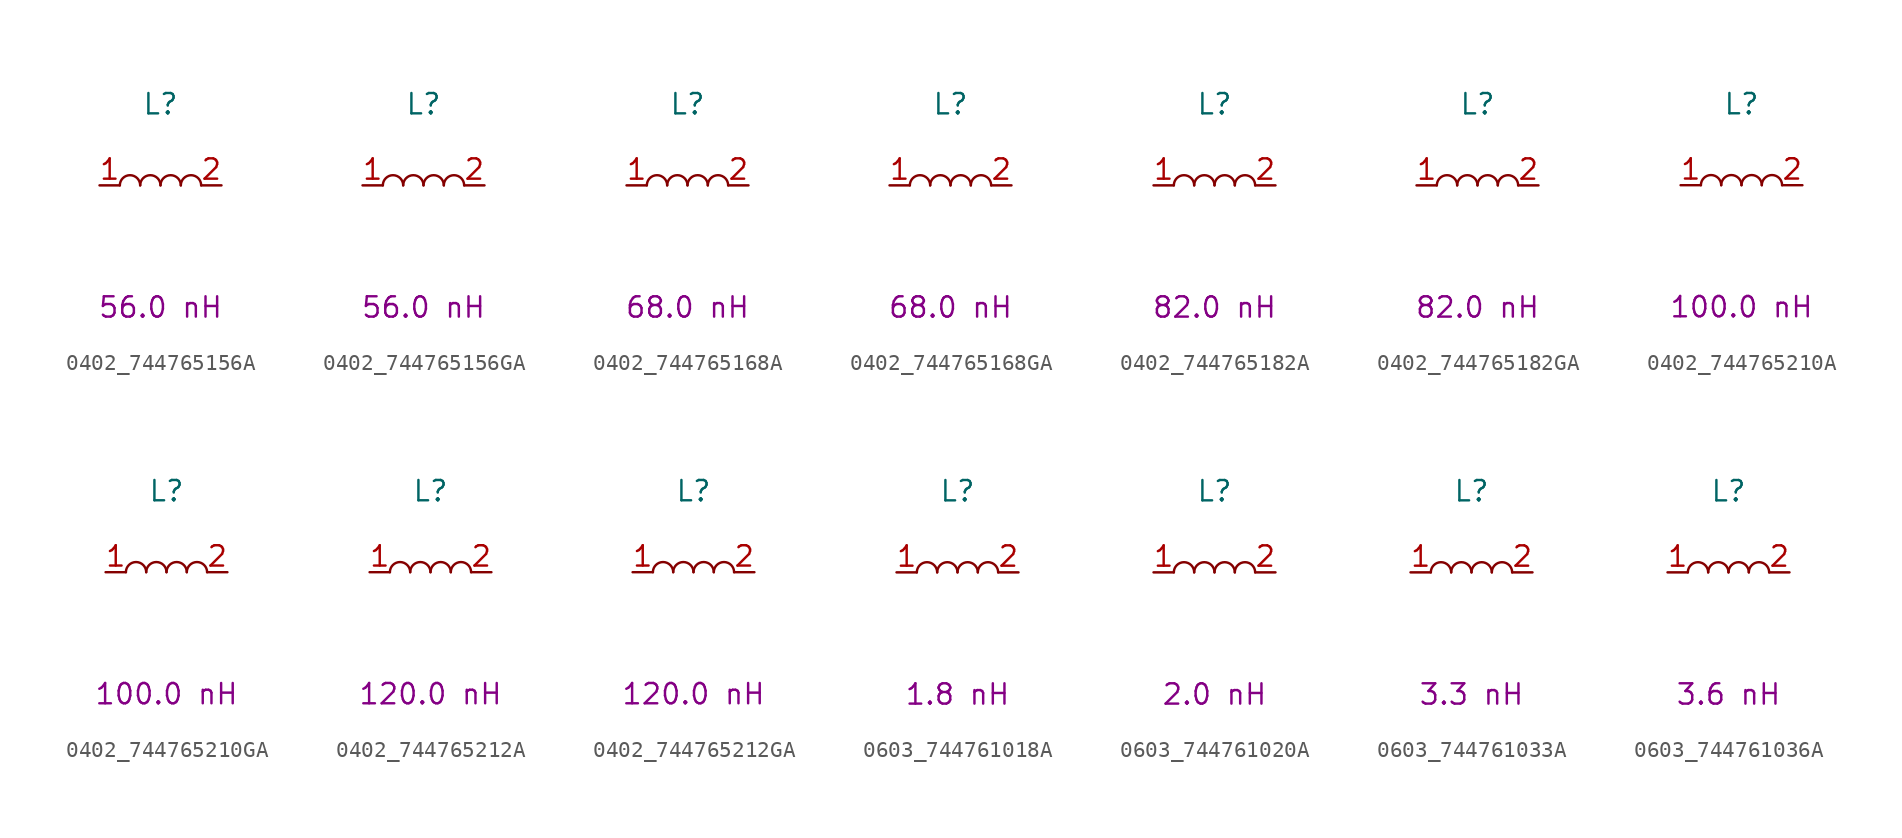
<source format=kicad_sym>
(kicad_symbol_lib
  (version 20220914)
  (generator kicad_symbol_editor)
  (symbol "0402_744765156A"
    (pin_names hide)
    (property "Reference" "L"
      (at 0 5.08 0)
      (effects (font (size 1.27 1.27))))
    (property "Critical Parameter" "56.0 nH"
      (at 0 -7.62 0)
      (effects (font (size 1.27 1.27))))
    (symbol "0402_744765156A_0_1"
      (arc (start -1.27 0) (mid -1.905 0.6323) (end -2.54 0) (stroke (width 0) (type default)) (fill (type none)))
      (arc (start 0 0) (mid -0.635 0.6323) (end -1.27 0) (stroke (width 0) (type default)) (fill (type none)))
      (arc (start 1.27 0) (mid 0.635 0.6323) (end 0 0) (stroke (width 0) (type default)) (fill (type none)))
      (arc (start 2.54 0) (mid 1.905 0.6323) (end 1.27 0) (stroke (width 0) (type default)) (fill (type none))))
    (symbol "0402_744765156A_1_1"
      (pin passive line (at -3.81 0 0) (length 1.27) (name "1" (effects (font (size 1.27 1.27)))) (number "1" (effects (font (size 1.27 1.27)))))
      (pin passive line (at 3.81 0 180) (length 1.27) (name "2" (effects (font (size 1.27 1.27)))) (number "2" (effects (font (size 1.27 1.27)))))))
  (symbol "0402_744765156GA"
    (pin_names hide)
    (property "Reference" "L"
      (at 0 5.08 0)
      (effects (font (size 1.27 1.27))))
    (property "Critical Parameter" "56.0 nH"
      (at 0 -7.62 0)
      (effects (font (size 1.27 1.27))))
    (symbol "0402_744765156GA_0_1"
      (arc (start -1.27 0) (mid -1.905 0.6323) (end -2.54 0) (stroke (width 0) (type default)) (fill (type none)))
      (arc (start 0 0) (mid -0.635 0.6323) (end -1.27 0) (stroke (width 0) (type default)) (fill (type none)))
      (arc (start 1.27 0) (mid 0.635 0.6323) (end 0 0) (stroke (width 0) (type default)) (fill (type none)))
      (arc (start 2.54 0) (mid 1.905 0.6323) (end 1.27 0) (stroke (width 0) (type default)) (fill (type none))))
    (symbol "0402_744765156GA_1_1"
      (pin passive line (at -3.81 0 0) (length 1.27) (name "1" (effects (font (size 1.27 1.27)))) (number "1" (effects (font (size 1.27 1.27)))))
      (pin passive line (at 3.81 0 180) (length 1.27) (name "2" (effects (font (size 1.27 1.27)))) (number "2" (effects (font (size 1.27 1.27)))))))
  (symbol "0402_744765168A"
    (pin_names hide)
    (property "Reference" "L"
      (at 0 5.08 0)
      (effects (font (size 1.27 1.27))))
    (property "Critical Parameter" "68.0 nH"
      (at 0 -7.62 0)
      (effects (font (size 1.27 1.27))))
    (symbol "0402_744765168A_0_1"
      (arc (start -1.27 0) (mid -1.905 0.6323) (end -2.54 0) (stroke (width 0) (type default)) (fill (type none)))
      (arc (start 0 0) (mid -0.635 0.6323) (end -1.27 0) (stroke (width 0) (type default)) (fill (type none)))
      (arc (start 1.27 0) (mid 0.635 0.6323) (end 0 0) (stroke (width 0) (type default)) (fill (type none)))
      (arc (start 2.54 0) (mid 1.905 0.6323) (end 1.27 0) (stroke (width 0) (type default)) (fill (type none))))
    (symbol "0402_744765168A_1_1"
      (pin passive line (at -3.81 0 0) (length 1.27) (name "1" (effects (font (size 1.27 1.27)))) (number "1" (effects (font (size 1.27 1.27)))))
      (pin passive line (at 3.81 0 180) (length 1.27) (name "2" (effects (font (size 1.27 1.27)))) (number "2" (effects (font (size 1.27 1.27)))))))
  (symbol "0402_744765168GA"
    (pin_names hide)
    (property "Reference" "L"
      (at 0 5.08 0)
      (effects (font (size 1.27 1.27))))
    (property "Critical Parameter" "68.0 nH"
      (at 0 -7.62 0)
      (effects (font (size 1.27 1.27))))
    (symbol "0402_744765168GA_0_1"
      (arc (start -1.27 0) (mid -1.905 0.6323) (end -2.54 0) (stroke (width 0) (type default)) (fill (type none)))
      (arc (start 0 0) (mid -0.635 0.6323) (end -1.27 0) (stroke (width 0) (type default)) (fill (type none)))
      (arc (start 1.27 0) (mid 0.635 0.6323) (end 0 0) (stroke (width 0) (type default)) (fill (type none)))
      (arc (start 2.54 0) (mid 1.905 0.6323) (end 1.27 0) (stroke (width 0) (type default)) (fill (type none))))
    (symbol "0402_744765168GA_1_1"
      (pin passive line (at -3.81 0 0) (length 1.27) (name "1" (effects (font (size 1.27 1.27)))) (number "1" (effects (font (size 1.27 1.27)))))
      (pin passive line (at 3.81 0 180) (length 1.27) (name "2" (effects (font (size 1.27 1.27)))) (number "2" (effects (font (size 1.27 1.27)))))))
  (symbol "0402_744765182A"
    (pin_names hide)
    (property "Reference" "L"
      (at 0 5.08 0)
      (effects (font (size 1.27 1.27))))
    (property "Critical Parameter" "82.0 nH"
      (at 0 -7.62 0)
      (effects (font (size 1.27 1.27))))
    (symbol "0402_744765182A_0_1"
      (arc (start -1.27 0) (mid -1.905 0.6323) (end -2.54 0) (stroke (width 0) (type default)) (fill (type none)))
      (arc (start 0 0) (mid -0.635 0.6323) (end -1.27 0) (stroke (width 0) (type default)) (fill (type none)))
      (arc (start 1.27 0) (mid 0.635 0.6323) (end 0 0) (stroke (width 0) (type default)) (fill (type none)))
      (arc (start 2.54 0) (mid 1.905 0.6323) (end 1.27 0) (stroke (width 0) (type default)) (fill (type none))))
    (symbol "0402_744765182A_1_1"
      (pin passive line (at -3.81 0 0) (length 1.27) (name "1" (effects (font (size 1.27 1.27)))) (number "1" (effects (font (size 1.27 1.27)))))
      (pin passive line (at 3.81 0 180) (length 1.27) (name "2" (effects (font (size 1.27 1.27)))) (number "2" (effects (font (size 1.27 1.27)))))))
  (symbol "0402_744765182GA"
    (pin_names hide)
    (property "Reference" "L"
      (at 0 5.08 0)
      (effects (font (size 1.27 1.27))))
    (property "Critical Parameter" "82.0 nH"
      (at 0 -7.62 0)
      (effects (font (size 1.27 1.27))))
    (symbol "0402_744765182GA_0_1"
      (arc (start -1.27 0) (mid -1.905 0.6323) (end -2.54 0) (stroke (width 0) (type default)) (fill (type none)))
      (arc (start 0 0) (mid -0.635 0.6323) (end -1.27 0) (stroke (width 0) (type default)) (fill (type none)))
      (arc (start 1.27 0) (mid 0.635 0.6323) (end 0 0) (stroke (width 0) (type default)) (fill (type none)))
      (arc (start 2.54 0) (mid 1.905 0.6323) (end 1.27 0) (stroke (width 0) (type default)) (fill (type none))))
    (symbol "0402_744765182GA_1_1"
      (pin passive line (at -3.81 0 0) (length 1.27) (name "1" (effects (font (size 1.27 1.27)))) (number "1" (effects (font (size 1.27 1.27)))))
      (pin passive line (at 3.81 0 180) (length 1.27) (name "2" (effects (font (size 1.27 1.27)))) (number "2" (effects (font (size 1.27 1.27)))))))
  (symbol "0402_744765210A"
    (pin_names hide)
    (property "Reference" "L"
      (at 0 5.08 0)
      (effects (font (size 1.27 1.27))))
    (property "Critical Parameter" "100.0 nH"
      (at 0 -7.62 0)
      (effects (font (size 1.27 1.27))))
    (symbol "0402_744765210A_0_1"
      (arc (start -1.27 0) (mid -1.905 0.6323) (end -2.54 0) (stroke (width 0) (type default)) (fill (type none)))
      (arc (start 0 0) (mid -0.635 0.6323) (end -1.27 0) (stroke (width 0) (type default)) (fill (type none)))
      (arc (start 1.27 0) (mid 0.635 0.6323) (end 0 0) (stroke (width 0) (type default)) (fill (type none)))
      (arc (start 2.54 0) (mid 1.905 0.6323) (end 1.27 0) (stroke (width 0) (type default)) (fill (type none))))
    (symbol "0402_744765210A_1_1"
      (pin passive line (at -3.81 0 0) (length 1.27) (name "1" (effects (font (size 1.27 1.27)))) (number "1" (effects (font (size 1.27 1.27)))))
      (pin passive line (at 3.81 0 180) (length 1.27) (name "2" (effects (font (size 1.27 1.27)))) (number "2" (effects (font (size 1.27 1.27)))))))
  (symbol "0402_744765210GA"
    (pin_names hide)
    (property "Reference" "L"
      (at 0 5.08 0)
      (effects (font (size 1.27 1.27))))
    (property "Critical Parameter" "100.0 nH"
      (at 0 -7.62 0)
      (effects (font (size 1.27 1.27))))
    (symbol "0402_744765210GA_0_1"
      (arc (start -1.27 0) (mid -1.905 0.6323) (end -2.54 0) (stroke (width 0) (type default)) (fill (type none)))
      (arc (start 0 0) (mid -0.635 0.6323) (end -1.27 0) (stroke (width 0) (type default)) (fill (type none)))
      (arc (start 1.27 0) (mid 0.635 0.6323) (end 0 0) (stroke (width 0) (type default)) (fill (type none)))
      (arc (start 2.54 0) (mid 1.905 0.6323) (end 1.27 0) (stroke (width 0) (type default)) (fill (type none))))
    (symbol "0402_744765210GA_1_1"
      (pin passive line (at -3.81 0 0) (length 1.27) (name "1" (effects (font (size 1.27 1.27)))) (number "1" (effects (font (size 1.27 1.27)))))
      (pin passive line (at 3.81 0 180) (length 1.27) (name "2" (effects (font (size 1.27 1.27)))) (number "2" (effects (font (size 1.27 1.27)))))))
  (symbol "0402_744765212A"
    (pin_names hide)
    (property "Reference" "L"
      (at 0 5.08 0)
      (effects (font (size 1.27 1.27))))
    (property "Critical Parameter" "120.0 nH"
      (at 0 -7.62 0)
      (effects (font (size 1.27 1.27))))
    (symbol "0402_744765212A_0_1"
      (arc (start -1.27 0) (mid -1.905 0.6323) (end -2.54 0) (stroke (width 0) (type default)) (fill (type none)))
      (arc (start 0 0) (mid -0.635 0.6323) (end -1.27 0) (stroke (width 0) (type default)) (fill (type none)))
      (arc (start 1.27 0) (mid 0.635 0.6323) (end 0 0) (stroke (width 0) (type default)) (fill (type none)))
      (arc (start 2.54 0) (mid 1.905 0.6323) (end 1.27 0) (stroke (width 0) (type default)) (fill (type none))))
    (symbol "0402_744765212A_1_1"
      (pin passive line (at -3.81 0 0) (length 1.27) (name "1" (effects (font (size 1.27 1.27)))) (number "1" (effects (font (size 1.27 1.27)))))
      (pin passive line (at 3.81 0 180) (length 1.27) (name "2" (effects (font (size 1.27 1.27)))) (number "2" (effects (font (size 1.27 1.27)))))))
  (symbol "0402_744765212GA"
    (pin_names hide)
    (property "Reference" "L"
      (at 0 5.08 0)
      (effects (font (size 1.27 1.27))))
    (property "Critical Parameter" "120.0 nH"
      (at 0 -7.62 0)
      (effects (font (size 1.27 1.27))))
    (symbol "0402_744765212GA_0_1"
      (arc (start -1.27 0) (mid -1.905 0.6323) (end -2.54 0) (stroke (width 0) (type default)) (fill (type none)))
      (arc (start 0 0) (mid -0.635 0.6323) (end -1.27 0) (stroke (width 0) (type default)) (fill (type none)))
      (arc (start 1.27 0) (mid 0.635 0.6323) (end 0 0) (stroke (width 0) (type default)) (fill (type none)))
      (arc (start 2.54 0) (mid 1.905 0.6323) (end 1.27 0) (stroke (width 0) (type default)) (fill (type none))))
    (symbol "0402_744765212GA_1_1"
      (pin passive line (at -3.81 0 0) (length 1.27) (name "1" (effects (font (size 1.27 1.27)))) (number "1" (effects (font (size 1.27 1.27)))))
      (pin passive line (at 3.81 0 180) (length 1.27) (name "2" (effects (font (size 1.27 1.27)))) (number "2" (effects (font (size 1.27 1.27)))))))
  (symbol "0603_744761018A"
    (pin_names hide)
    (property "Reference" "L"
      (at 0 5.08 0)
      (effects (font (size 1.27 1.27))))
    (property "Critical Parameter" "1.8 nH"
      (at 0 -7.62 0)
      (effects (font (size 1.27 1.27))))
    (symbol "0603_744761018A_0_1"
      (arc (start -1.27 0) (mid -1.905 0.6323) (end -2.54 0) (stroke (width 0) (type default)) (fill (type none)))
      (arc (start 0 0) (mid -0.635 0.6323) (end -1.27 0) (stroke (width 0) (type default)) (fill (type none)))
      (arc (start 1.27 0) (mid 0.635 0.6323) (end 0 0) (stroke (width 0) (type default)) (fill (type none)))
      (arc (start 2.54 0) (mid 1.905 0.6323) (end 1.27 0) (stroke (width 0) (type default)) (fill (type none))))
    (symbol "0603_744761018A_1_1"
      (pin passive line (at -3.81 0 0) (length 1.27) (name "1" (effects (font (size 1.27 1.27)))) (number "1" (effects (font (size 1.27 1.27)))))
      (pin passive line (at 3.81 0 180) (length 1.27) (name "2" (effects (font (size 1.27 1.27)))) (number "2" (effects (font (size 1.27 1.27)))))))
  (symbol "0603_744761020A"
    (pin_names hide)
    (property "Reference" "L"
      (at 0 5.08 0)
      (effects (font (size 1.27 1.27))))
    (property "Critical Parameter" "2.0 nH"
      (at 0 -7.62 0)
      (effects (font (size 1.27 1.27))))
    (symbol "0603_744761020A_0_1"
      (arc (start -1.27 0) (mid -1.905 0.6323) (end -2.54 0) (stroke (width 0) (type default)) (fill (type none)))
      (arc (start 0 0) (mid -0.635 0.6323) (end -1.27 0) (stroke (width 0) (type default)) (fill (type none)))
      (arc (start 1.27 0) (mid 0.635 0.6323) (end 0 0) (stroke (width 0) (type default)) (fill (type none)))
      (arc (start 2.54 0) (mid 1.905 0.6323) (end 1.27 0) (stroke (width 0) (type default)) (fill (type none))))
    (symbol "0603_744761020A_1_1"
      (pin passive line (at -3.81 0 0) (length 1.27) (name "1" (effects (font (size 1.27 1.27)))) (number "1" (effects (font (size 1.27 1.27)))))
      (pin passive line (at 3.81 0 180) (length 1.27) (name "2" (effects (font (size 1.27 1.27)))) (number "2" (effects (font (size 1.27 1.27)))))))
  (symbol "0603_744761033A"
    (pin_names hide)
    (property "Reference" "L"
      (at 0 5.08 0)
      (effects (font (size 1.27 1.27))))
    (property "Critical Parameter" "3.3 nH"
      (at 0 -7.62 0)
      (effects (font (size 1.27 1.27))))
    (symbol "0603_744761033A_0_1"
      (arc (start -1.27 0) (mid -1.905 0.6323) (end -2.54 0) (stroke (width 0) (type default)) (fill (type none)))
      (arc (start 0 0) (mid -0.635 0.6323) (end -1.27 0) (stroke (width 0) (type default)) (fill (type none)))
      (arc (start 1.27 0) (mid 0.635 0.6323) (end 0 0) (stroke (width 0) (type default)) (fill (type none)))
      (arc (start 2.54 0) (mid 1.905 0.6323) (end 1.27 0) (stroke (width 0) (type default)) (fill (type none))))
    (symbol "0603_744761033A_1_1"
      (pin passive line (at -3.81 0 0) (length 1.27) (name "1" (effects (font (size 1.27 1.27)))) (number "1" (effects (font (size 1.27 1.27)))))
      (pin passive line (at 3.81 0 180) (length 1.27) (name "2" (effects (font (size 1.27 1.27)))) (number "2" (effects (font (size 1.27 1.27)))))))
  (symbol "0603_744761036A"
    (pin_names hide)
    (property "Reference" "L"
      (at 0 5.08 0)
      (effects (font (size 1.27 1.27))))
    (property "Critical Parameter" "3.6 nH"
      (at 0 -7.62 0)
      (effects (font (size 1.27 1.27))))
    (symbol "0603_744761036A_0_1"
      (arc (start -1.27 0) (mid -1.905 0.6323) (end -2.54 0) (stroke (width 0) (type default)) (fill (type none)))
      (arc (start 0 0) (mid -0.635 0.6323) (end -1.27 0) (stroke (width 0) (type default)) (fill (type none)))
      (arc (start 1.27 0) (mid 0.635 0.6323) (end 0 0) (stroke (width 0) (type default)) (fill (type none)))
      (arc (start 2.54 0) (mid 1.905 0.6323) (end 1.27 0) (stroke (width 0) (type default)) (fill (type none))))
    (symbol "0603_744761036A_1_1"
      (pin passive line (at -3.81 0 0) (length 1.27) (name "1" (effects (font (size 1.27 1.27)))) (number "1" (effects (font (size 1.27 1.27)))))
      (pin passive line (at 3.81 0 180) (length 1.27) (name "2" (effects (font (size 1.27 1.27)))) (number "2" (effects (font (size 1.27 1.27))))))))
</source>
